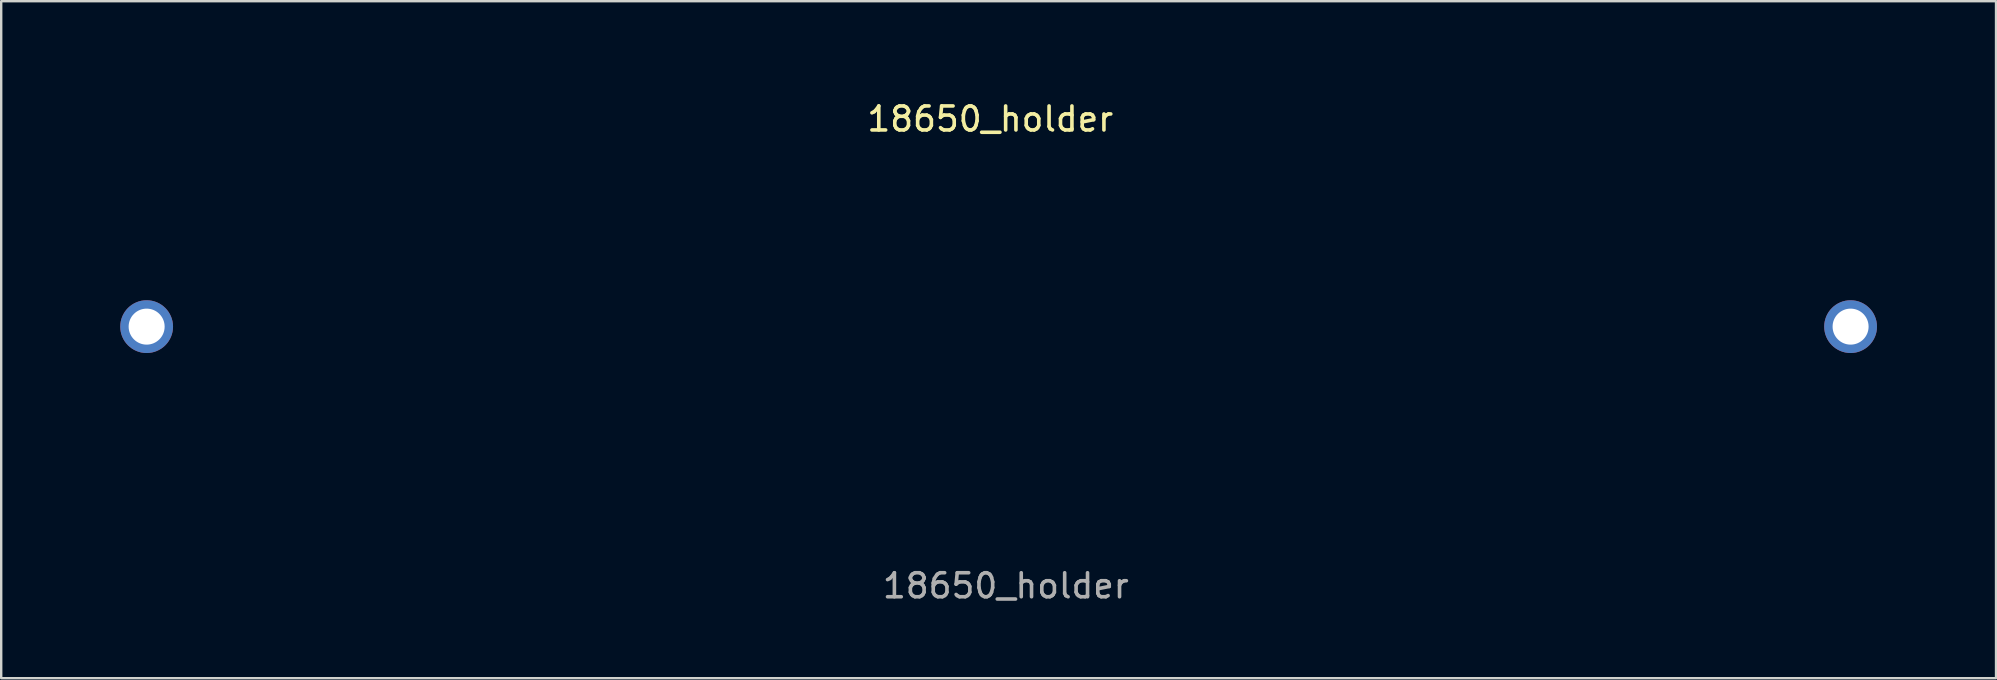
<source format=kicad_pcb>
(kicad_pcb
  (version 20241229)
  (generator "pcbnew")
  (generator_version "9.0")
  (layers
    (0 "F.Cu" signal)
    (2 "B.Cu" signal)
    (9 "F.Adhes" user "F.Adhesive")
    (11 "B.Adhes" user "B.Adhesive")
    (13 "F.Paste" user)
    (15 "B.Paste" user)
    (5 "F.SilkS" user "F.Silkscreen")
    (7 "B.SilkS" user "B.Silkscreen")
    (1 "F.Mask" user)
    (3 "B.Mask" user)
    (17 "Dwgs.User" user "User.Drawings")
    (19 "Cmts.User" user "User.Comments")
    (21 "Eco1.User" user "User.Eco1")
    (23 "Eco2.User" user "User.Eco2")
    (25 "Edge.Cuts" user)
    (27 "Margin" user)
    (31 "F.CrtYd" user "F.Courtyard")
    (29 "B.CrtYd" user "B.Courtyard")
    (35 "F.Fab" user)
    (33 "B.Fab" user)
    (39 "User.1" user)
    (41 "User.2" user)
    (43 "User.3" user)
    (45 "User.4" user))
  (footprint "18650_holder"
    (layer "F.Cu")
    (at 38.56 10.56)
    (property "Reference" "18650_holder" (at -0.35 -8.65 0) (unlocked yes) (layer "F.SilkS") (effects (font (size 1 1) (thickness 0.15))))
    (attr through_hole)
    (fp_line (start -38.5 -10.5) (end -38.5 10.5) (stroke (width 0.12) (type solid)) (layer "F.Mask"))
    (fp_line (start -38.5 10.5) (end 38.5 10.5) (stroke (width 0.12) (type solid)) (layer "F.Mask"))
    (fp_line (start 38.5 -10.5) (end -38.5 -10.5) (stroke (width 0.12) (type solid)) (layer "F.Mask"))
    (fp_line (start 38.5 10.5) (end 38.5 -10.5) (stroke (width 0.12) (type solid)) (layer "F.Mask"))
    (fp_text user "${REFERENCE}" (at 0.3 10.8 0) (unlocked yes) (layer "F.Fab") (effects (font (size 1 1) (thickness 0.15))))
    (pad "1" thru_hole circle (at -35.5 0) (size 2.2 2.2) (drill 1.5) (layers "*.Cu" "*.Mask"))
    (pad "2" thru_hole circle (at 35.5 0) (size 2.2 2.2) (drill 1.5) (layers "*.Cu" "*.Mask")))
  (gr_rect
    (start -3 -3)
    (end 80.12 25.208)
    (stroke (width 0.1) (type default))
    (fill no)
    (layer "Edge.Cuts")))
</source>
